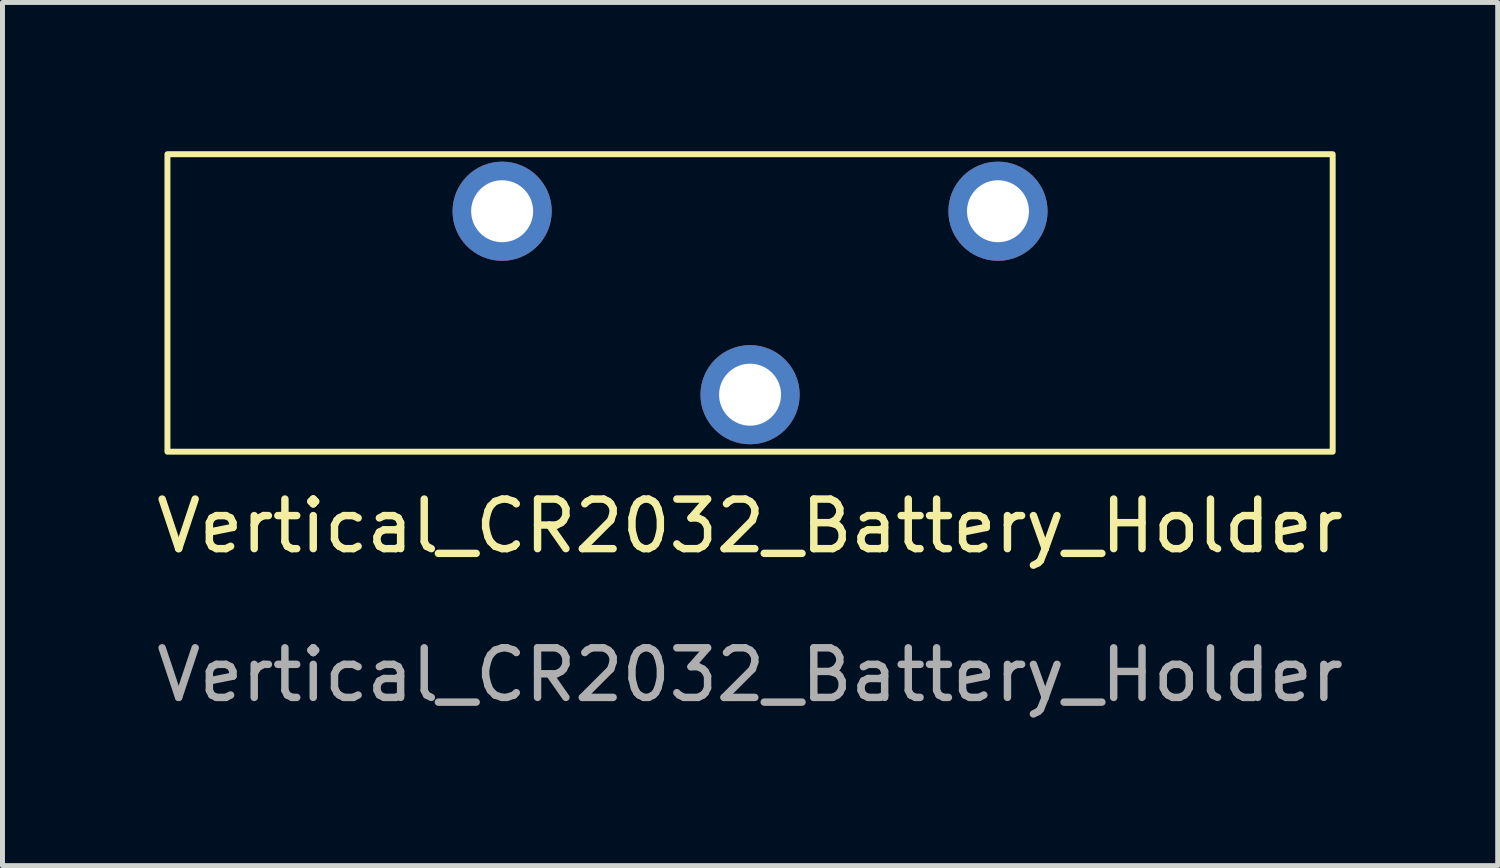
<source format=kicad_pcb>
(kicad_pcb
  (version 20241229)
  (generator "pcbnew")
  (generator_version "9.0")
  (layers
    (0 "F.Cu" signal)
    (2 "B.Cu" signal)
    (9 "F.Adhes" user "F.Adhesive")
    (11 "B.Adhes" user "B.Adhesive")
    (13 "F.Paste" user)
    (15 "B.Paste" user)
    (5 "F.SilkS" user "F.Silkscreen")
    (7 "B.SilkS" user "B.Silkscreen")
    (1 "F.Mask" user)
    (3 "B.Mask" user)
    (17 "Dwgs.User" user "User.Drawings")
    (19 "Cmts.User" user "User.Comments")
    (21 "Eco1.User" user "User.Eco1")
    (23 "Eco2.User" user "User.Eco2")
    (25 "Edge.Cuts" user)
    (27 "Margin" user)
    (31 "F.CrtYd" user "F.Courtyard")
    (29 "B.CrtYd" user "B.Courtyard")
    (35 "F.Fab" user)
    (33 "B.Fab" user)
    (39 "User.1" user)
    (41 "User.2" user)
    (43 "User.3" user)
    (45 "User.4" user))
  (footprint "Vertical_CR2032_Battery_Holder"
    (layer "F.Cu")
    (at 12.077 3.06)
    (property "Reference" "Vertical_CR2032_Battery_Holder" (at 0 4.5 0) (unlocked yes) (layer "F.SilkS") (effects (font (size 1 1) (thickness 0.15))))
    (attr through_hole)
    (fp_rect (start -11.75 3) (end 11.75 -3) (stroke (width 0.12) (type solid)) (fill no) (layer "F.SilkS"))
    (fp_text user "${REFERENCE}" (at 0 7.5 0) (unlocked yes) (layer "F.Fab") (effects (font (size 1 1) (thickness 0.15))))
    (pad "1" thru_hole circle (at -5 -1.85) (size 2 2) (drill 1.25) (layers "*.Cu" "*.Mask"))
    (pad "1" thru_hole circle (at 5 -1.85) (size 2 2) (drill 1.25) (layers "*.Cu" "*.Mask"))
    (pad "2" thru_hole circle (at 0 1.85) (size 2 2) (drill 1.25) (layers "*.Cu" "*.Mask")))
  (gr_rect
    (start -3 -3)
    (end 27.155 14.408)
    (stroke (width 0.1) (type default))
    (fill no)
    (layer "Edge.Cuts")))
</source>
